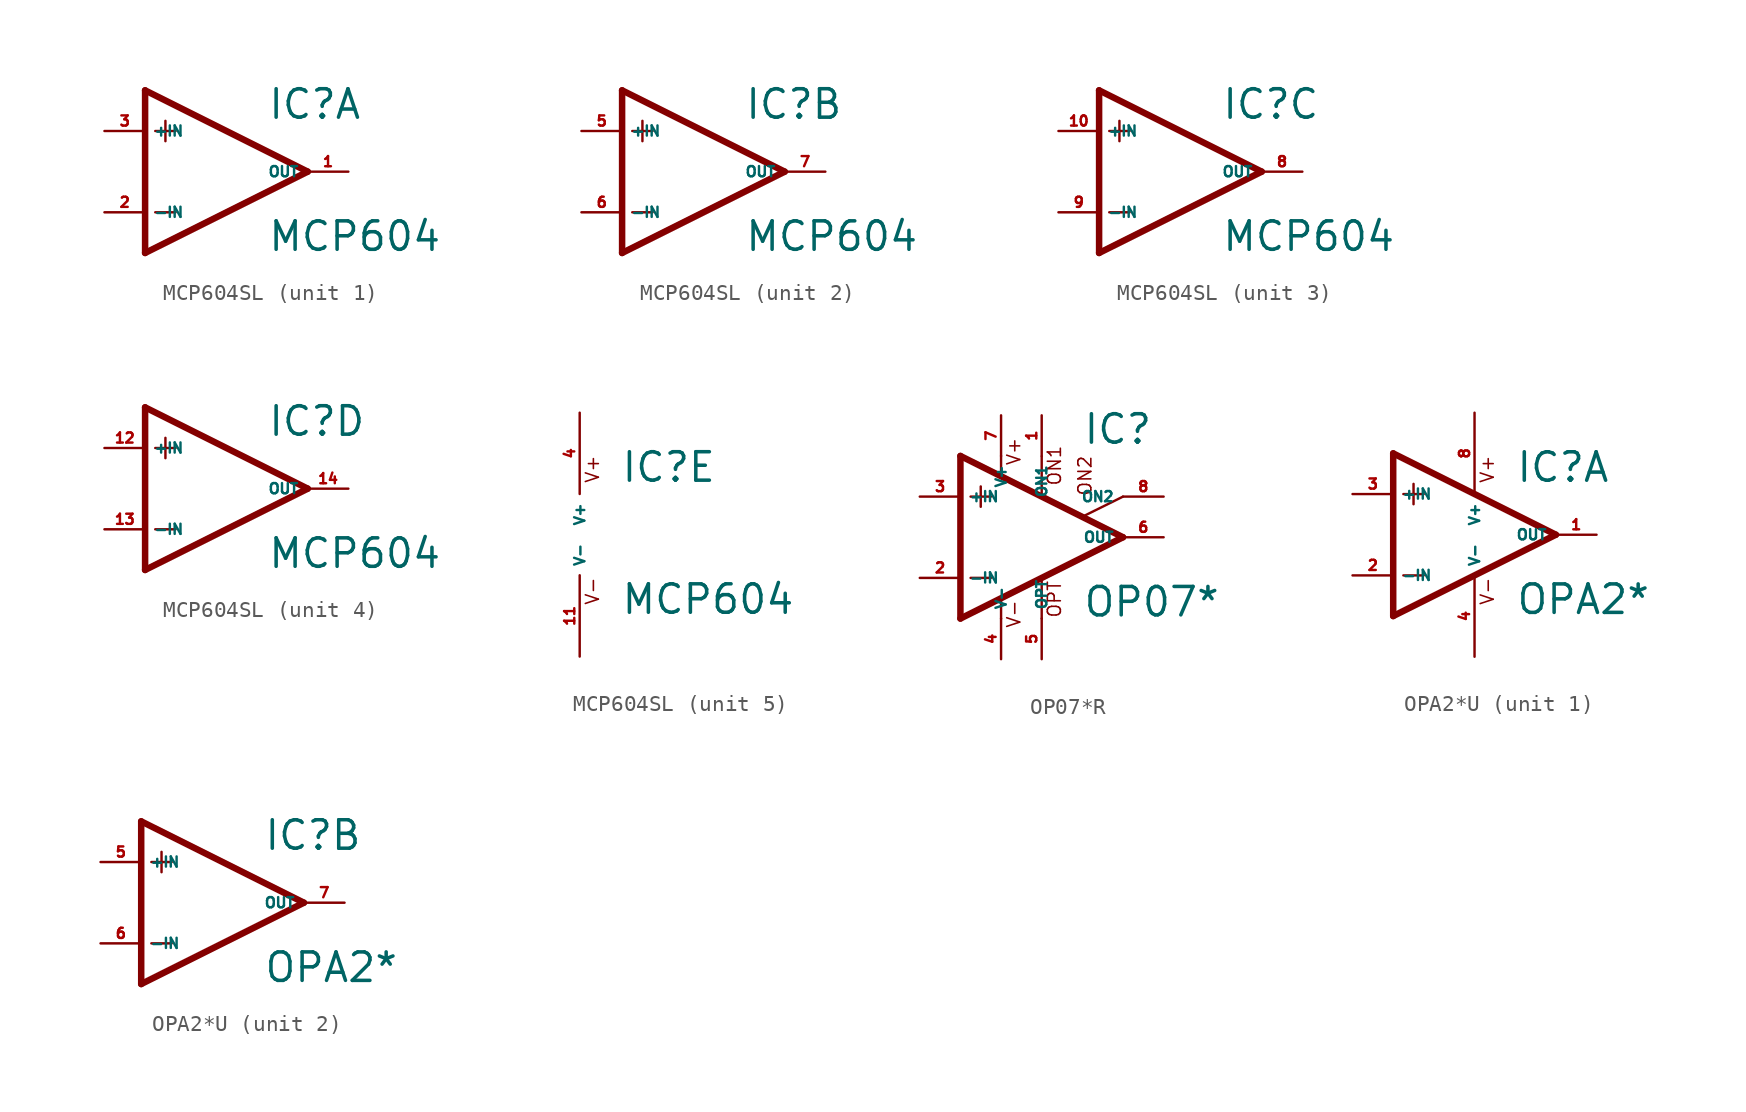
<source format=kicad_sym>
(kicad_symbol_lib
  (version 20220914)
  (generator Eagle2Kicad)
  (symbol "MCP604SL"
    (property "Reference" "IC"
      (at 2.54 3.175 0)
      (effects (font (size 1.778 1.778) (thickness 0.22)) (justify left bottom)))
    (property "Value" "MCP604"
      (at 2.54 -5.08 0)
      (effects (font (size 1.778 1.778) (thickness 0.22)) (justify left bottom)))
    (symbol "MCP604SL_1_0"
      (polyline (pts (xy -5.08 5.08) (xy -5.08 -5.08)) (stroke (width 0.406) (type default)) (fill (type none)))
      (polyline (pts (xy -5.08 -5.08) (xy 5.08 0)) (stroke (width 0.406) (type default)) (fill (type none)))
      (polyline (pts (xy 5.08 0) (xy -5.08 5.08)) (stroke (width 0.406) (type default)) (fill (type none)))
      (polyline (pts (xy -3.81 3.175) (xy -3.81 1.905)) (stroke (width 0.152) (type default)) (fill (type none)))
      (polyline (pts (xy -4.445 2.54) (xy -3.175 2.54)) (stroke (width 0.152) (type default)) (fill (type none)))
      (polyline (pts (xy -4.445 -2.54) (xy -3.175 -2.54)) (stroke (width 0.152) (type default)) (fill (type none)))
      (pin input line (at -7.62 -2.54 0) (length 2.54) (name "-IN" (effects (font (size 0.635 0.635) (thickness 0.08)) (justify left bottom))) (number "2" (effects (font (size 0.635 0.635) (thickness 0.08)) (justify left bottom))))
      (pin input line (at -7.62 2.54 0) (length 2.54) (name "+IN" (effects (font (size 0.635 0.635) (thickness 0.08)) (justify left bottom))) (number "3" (effects (font (size 0.635 0.635) (thickness 0.08)) (justify left bottom))))
      (pin output line (at 7.62 0 180) (length 2.54) (name "OUT" (effects (font (size 0.635 0.635) (thickness 0.08)) (justify left bottom))) (number "1" (effects (font (size 0.635 0.635) (thickness 0.08)) (justify left bottom)))))
    (symbol "MCP604SL_2_0"
      (polyline (pts (xy -5.08 5.08) (xy -5.08 -5.08)) (stroke (width 0.406) (type default)) (fill (type none)))
      (polyline (pts (xy -5.08 -5.08) (xy 5.08 0)) (stroke (width 0.406) (type default)) (fill (type none)))
      (polyline (pts (xy 5.08 0) (xy -5.08 5.08)) (stroke (width 0.406) (type default)) (fill (type none)))
      (polyline (pts (xy -3.81 3.175) (xy -3.81 1.905)) (stroke (width 0.152) (type default)) (fill (type none)))
      (polyline (pts (xy -4.445 2.54) (xy -3.175 2.54)) (stroke (width 0.152) (type default)) (fill (type none)))
      (polyline (pts (xy -4.445 -2.54) (xy -3.175 -2.54)) (stroke (width 0.152) (type default)) (fill (type none)))
      (pin input line (at -7.62 -2.54 0) (length 2.54) (name "-IN" (effects (font (size 0.635 0.635) (thickness 0.08)) (justify left bottom))) (number "6" (effects (font (size 0.635 0.635) (thickness 0.08)) (justify left bottom))))
      (pin input line (at -7.62 2.54 0) (length 2.54) (name "+IN" (effects (font (size 0.635 0.635) (thickness 0.08)) (justify left bottom))) (number "5" (effects (font (size 0.635 0.635) (thickness 0.08)) (justify left bottom))))
      (pin output line (at 7.62 0 180) (length 2.54) (name "OUT" (effects (font (size 0.635 0.635) (thickness 0.08)) (justify left bottom))) (number "7" (effects (font (size 0.635 0.635) (thickness 0.08)) (justify left bottom)))))
    (symbol "MCP604SL_3_0"
      (polyline (pts (xy -5.08 5.08) (xy -5.08 -5.08)) (stroke (width 0.406) (type default)) (fill (type none)))
      (polyline (pts (xy -5.08 -5.08) (xy 5.08 0)) (stroke (width 0.406) (type default)) (fill (type none)))
      (polyline (pts (xy 5.08 0) (xy -5.08 5.08)) (stroke (width 0.406) (type default)) (fill (type none)))
      (polyline (pts (xy -3.81 3.175) (xy -3.81 1.905)) (stroke (width 0.152) (type default)) (fill (type none)))
      (polyline (pts (xy -4.445 2.54) (xy -3.175 2.54)) (stroke (width 0.152) (type default)) (fill (type none)))
      (polyline (pts (xy -4.445 -2.54) (xy -3.175 -2.54)) (stroke (width 0.152) (type default)) (fill (type none)))
      (pin input line (at -7.62 -2.54 0) (length 2.54) (name "-IN" (effects (font (size 0.635 0.635) (thickness 0.08)) (justify left bottom))) (number "9" (effects (font (size 0.635 0.635) (thickness 0.08)) (justify left bottom))))
      (pin input line (at -7.62 2.54 0) (length 2.54) (name "+IN" (effects (font (size 0.635 0.635) (thickness 0.08)) (justify left bottom))) (number "10" (effects (font (size 0.635 0.635) (thickness 0.08)) (justify left bottom))))
      (pin output line (at 7.62 0 180) (length 2.54) (name "OUT" (effects (font (size 0.635 0.635) (thickness 0.08)) (justify left bottom))) (number "8" (effects (font (size 0.635 0.635) (thickness 0.08)) (justify left bottom)))))
    (symbol "MCP604SL_4_0"
      (polyline (pts (xy -5.08 5.08) (xy -5.08 -5.08)) (stroke (width 0.406) (type default)) (fill (type none)))
      (polyline (pts (xy -5.08 -5.08) (xy 5.08 0)) (stroke (width 0.406) (type default)) (fill (type none)))
      (polyline (pts (xy 5.08 0) (xy -5.08 5.08)) (stroke (width 0.406) (type default)) (fill (type none)))
      (polyline (pts (xy -3.81 3.175) (xy -3.81 1.905)) (stroke (width 0.152) (type default)) (fill (type none)))
      (polyline (pts (xy -4.445 2.54) (xy -3.175 2.54)) (stroke (width 0.152) (type default)) (fill (type none)))
      (polyline (pts (xy -4.445 -2.54) (xy -3.175 -2.54)) (stroke (width 0.152) (type default)) (fill (type none)))
      (pin input line (at -7.62 -2.54 0) (length 2.54) (name "-IN" (effects (font (size 0.635 0.635) (thickness 0.08)) (justify left bottom))) (number "13" (effects (font (size 0.635 0.635) (thickness 0.08)) (justify left bottom))))
      (pin input line (at -7.62 2.54 0) (length 2.54) (name "+IN" (effects (font (size 0.635 0.635) (thickness 0.08)) (justify left bottom))) (number "12" (effects (font (size 0.635 0.635) (thickness 0.08)) (justify left bottom))))
      (pin output line (at 7.62 0 180) (length 2.54) (name "OUT" (effects (font (size 0.635 0.635) (thickness 0.08)) (justify left bottom))) (number "14" (effects (font (size 0.635 0.635) (thickness 0.08)) (justify left bottom)))))
    (symbol "MCP604SL_5_0"
      (text "V+" (at 1.27 3.175 900) (effects (font (size 0.813 0.813) (thickness 0.10)) (justify left bottom)))
      (text "V-" (at 1.27 -4.445 900) (effects (font (size 0.813 0.813) (thickness 0.10)) (justify left bottom)))
      (pin unspecified line (at 0 7.62 270) (length 5.08) (name "V+" (effects (font (size 0.635 0.635) (thickness 0.08)) (justify left bottom))) (number "4" (effects (font (size 0.635 0.635) (thickness 0.08)) (justify left bottom))))
      (pin unspecified line (at 0 -7.62 90) (length 5.08) (name "V-" (effects (font (size 0.635 0.635) (thickness 0.08)) (justify left bottom))) (number "11" (effects (font (size 0.635 0.635) (thickness 0.08)) (justify left bottom))))))
  (symbol "OP07*R"
    (property "Reference" "IC"
      (at 2.54 5.715 0)
      (effects (font (size 1.778 1.778) (thickness 0.22)) (justify left bottom)))
    (property "Value" "OP07*"
      (at 2.54 -5.08 0)
      (effects (font (size 1.778 1.778) (thickness 0.22)) (justify left bottom)))
    (polyline
      (pts (xy -3.81 3.175) (xy -3.81 1.905))
      (stroke (width 0.152) (type default))
      (fill (type none)))
    (polyline
      (pts (xy -4.445 2.54) (xy -3.175 2.54))
      (stroke (width 0.152) (type default))
      (fill (type none)))
    (polyline
      (pts (xy -4.445 -2.54) (xy -3.175 -2.54))
      (stroke (width 0.152) (type default))
      (fill (type none)))
    (polyline
      (pts (xy -2.54 5.08) (xy -2.54 3.886))
      (stroke (width 0.152) (type default))
      (fill (type none)))
    (polyline
      (pts (xy 0 5.055) (xy 0 2.616))
      (stroke (width 0.152) (type default))
      (fill (type none)))
    (polyline
      (pts (xy 0 -2.616) (xy 0 -5.08))
      (stroke (width 0.152) (type default))
      (fill (type none)))
    (polyline
      (pts (xy -2.54 -3.912) (xy -2.54 -5.08))
      (stroke (width 0.152) (type default))
      (fill (type none)))
    (polyline
      (pts (xy 5.08 2.54) (xy 2.616 1.321))
      (stroke (width 0.152) (type default))
      (fill (type none)))
    (polyline
      (pts (xy 5.08 0) (xy -5.08 5.08))
      (stroke (width 0.406) (type default))
      (fill (type none)))
    (polyline
      (pts (xy -5.08 5.08) (xy -5.08 -5.08))
      (stroke (width 0.406) (type default))
      (fill (type none)))
    (polyline
      (pts (xy -5.08 -5.08) (xy 5.08 0))
      (stroke (width 0.406) (type default))
      (fill (type none)))
    (text "ON1"
      (at 1.27 3.175 900)
      (effects (font (size 0.813 0.813) (thickness 0.10)) (justify left bottom)))
    (text "ON2"
      (at 3.175 2.54 900)
      (effects (font (size 0.813 0.813) (thickness 0.10)) (justify left bottom)))
    (text "OPT"
      (at 1.27 -5.08 900)
      (effects (font (size 0.813 0.813) (thickness 0.10)) (justify left bottom)))
    (text "V+"
      (at -1.27 4.445 900)
      (effects (font (size 0.813 0.813) (thickness 0.10)) (justify left bottom)))
    (text "V-"
      (at -1.27 -5.715 900)
      (effects (font (size 0.813 0.813) (thickness 0.10)) (justify left bottom)))
    (pin passive line
      (at 7.62 2.54 180)
      (length 2.54)
      (name "ON2" (effects (font (size 0.635 0.635) (thickness 0.08)) (justify left bottom)))
      (number "8" (effects (font (size 0.635 0.635) (thickness 0.08)) (justify left bottom))))
    (pin passive line
      (at 0 7.62 270)
      (length 2.54)
      (name "ON1" (effects (font (size 0.635 0.635) (thickness 0.08)) (justify left bottom)))
      (number "1" (effects (font (size 0.635 0.635) (thickness 0.08)) (justify left bottom))))
    (pin input line
      (at -7.62 -2.54 0)
      (length 2.54)
      (name "-IN" (effects (font (size 0.635 0.635) (thickness 0.08)) (justify left bottom)))
      (number "2" (effects (font (size 0.635 0.635) (thickness 0.08)) (justify left bottom))))
    (pin input line
      (at -7.62 2.54 0)
      (length 2.54)
      (name "+IN" (effects (font (size 0.635 0.635) (thickness 0.08)) (justify left bottom)))
      (number "3" (effects (font (size 0.635 0.635) (thickness 0.08)) (justify left bottom))))
    (pin output line
      (at 7.62 0 180)
      (length 2.54)
      (name "OUT" (effects (font (size 0.635 0.635) (thickness 0.08)) (justify left bottom)))
      (number "6" (effects (font (size 0.635 0.635) (thickness 0.08)) (justify left bottom))))
    (pin passive line
      (at 0 -7.62 90)
      (length 2.54)
      (name "OPT" (effects (font (size 0.635 0.635) (thickness 0.08)) (justify left bottom)))
      (number "5" (effects (font (size 0.635 0.635) (thickness 0.08)) (justify left bottom))))
    (pin unspecified line
      (at -2.54 7.62 270)
      (length 2.54)
      (name "V+" (effects (font (size 0.635 0.635) (thickness 0.08)) (justify left bottom)))
      (number "7" (effects (font (size 0.635 0.635) (thickness 0.08)) (justify left bottom))))
    (pin unspecified line
      (at -2.54 -7.62 90)
      (length 2.54)
      (name "V-" (effects (font (size 0.635 0.635) (thickness 0.08)) (justify left bottom)))
      (number "4" (effects (font (size 0.635 0.635) (thickness 0.08)) (justify left bottom)))))
  (symbol "OPA2*U"
    (property "Reference" "IC"
      (at 2.54 3.175 0)
      (effects (font (size 1.778 1.778) (thickness 0.22)) (justify left bottom)))
    (property "Value" "OPA2*"
      (at 2.54 -5.08 0)
      (effects (font (size 1.778 1.778) (thickness 0.22)) (justify left bottom)))
    (symbol "OPA2*U_1_0"
      (polyline (pts (xy -5.08 5.08) (xy -5.08 -5.08)) (stroke (width 0.406) (type default)) (fill (type none)))
      (polyline (pts (xy -5.08 -5.08) (xy 5.08 0)) (stroke (width 0.406) (type default)) (fill (type none)))
      (polyline (pts (xy 5.08 0) (xy -5.08 5.08)) (stroke (width 0.406) (type default)) (fill (type none)))
      (polyline (pts (xy -3.81 3.175) (xy -3.81 1.905)) (stroke (width 0.152) (type default)) (fill (type none)))
      (polyline (pts (xy -4.445 2.54) (xy -3.175 2.54)) (stroke (width 0.152) (type default)) (fill (type none)))
      (polyline (pts (xy -4.445 -2.54) (xy -3.175 -2.54)) (stroke (width 0.152) (type default)) (fill (type none)))
      (text "V+" (at 1.27 3.175 900) (effects (font (size 0.813 0.813) (thickness 0.10)) (justify left bottom)))
      (text "V-" (at 1.27 -4.445 900) (effects (font (size 0.813 0.813) (thickness 0.10)) (justify left bottom)))
      (pin input line (at -7.62 -2.54 0) (length 2.54) (name "-IN" (effects (font (size 0.635 0.635) (thickness 0.08)) (justify left bottom))) (number "2" (effects (font (size 0.635 0.635) (thickness 0.08)) (justify left bottom))))
      (pin input line (at -7.62 2.54 0) (length 2.54) (name "+IN" (effects (font (size 0.635 0.635) (thickness 0.08)) (justify left bottom))) (number "3" (effects (font (size 0.635 0.635) (thickness 0.08)) (justify left bottom))))
      (pin output line (at 7.62 0 180) (length 2.54) (name "OUT" (effects (font (size 0.635 0.635) (thickness 0.08)) (justify left bottom))) (number "1" (effects (font (size 0.635 0.635) (thickness 0.08)) (justify left bottom))))
      (pin unspecified line (at 0 7.62 270) (length 5.08) (name "V+" (effects (font (size 0.635 0.635) (thickness 0.08)) (justify left bottom))) (number "8" (effects (font (size 0.635 0.635) (thickness 0.08)) (justify left bottom))))
      (pin unspecified line (at 0 -7.62 90) (length 5.08) (name "V-" (effects (font (size 0.635 0.635) (thickness 0.08)) (justify left bottom))) (number "4" (effects (font (size 0.635 0.635) (thickness 0.08)) (justify left bottom)))))
    (symbol "OPA2*U_2_0"
      (polyline (pts (xy -5.08 5.08) (xy -5.08 -5.08)) (stroke (width 0.406) (type default)) (fill (type none)))
      (polyline (pts (xy -5.08 -5.08) (xy 5.08 0)) (stroke (width 0.406) (type default)) (fill (type none)))
      (polyline (pts (xy 5.08 0) (xy -5.08 5.08)) (stroke (width 0.406) (type default)) (fill (type none)))
      (polyline (pts (xy -3.81 3.175) (xy -3.81 1.905)) (stroke (width 0.152) (type default)) (fill (type none)))
      (polyline (pts (xy -4.445 2.54) (xy -3.175 2.54)) (stroke (width 0.152) (type default)) (fill (type none)))
      (polyline (pts (xy -4.445 -2.54) (xy -3.175 -2.54)) (stroke (width 0.152) (type default)) (fill (type none)))
      (pin input line (at -7.62 -2.54 0) (length 2.54) (name "-IN" (effects (font (size 0.635 0.635) (thickness 0.08)) (justify left bottom))) (number "6" (effects (font (size 0.635 0.635) (thickness 0.08)) (justify left bottom))))
      (pin input line (at -7.62 2.54 0) (length 2.54) (name "+IN" (effects (font (size 0.635 0.635) (thickness 0.08)) (justify left bottom))) (number "5" (effects (font (size 0.635 0.635) (thickness 0.08)) (justify left bottom))))
      (pin output line (at 7.62 0 180) (length 2.54) (name "OUT" (effects (font (size 0.635 0.635) (thickness 0.08)) (justify left bottom))) (number "7" (effects (font (size 0.635 0.635) (thickness 0.08)) (justify left bottom)))))))
</source>
